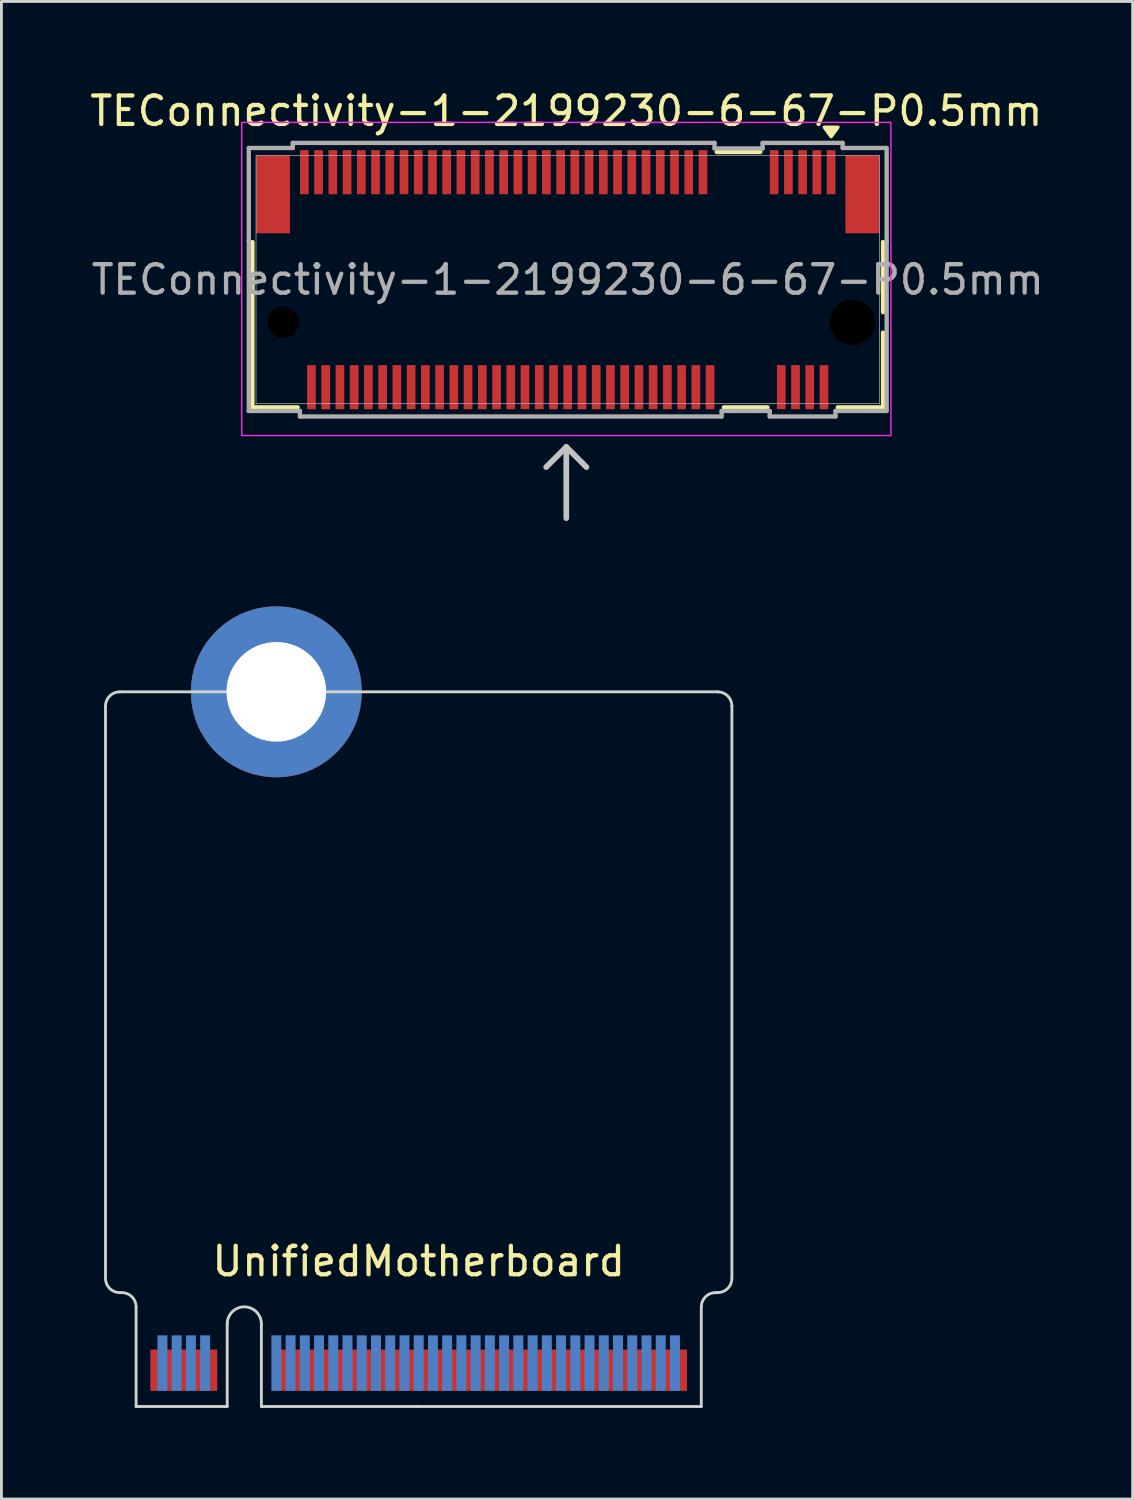
<source format=kicad_pcb>
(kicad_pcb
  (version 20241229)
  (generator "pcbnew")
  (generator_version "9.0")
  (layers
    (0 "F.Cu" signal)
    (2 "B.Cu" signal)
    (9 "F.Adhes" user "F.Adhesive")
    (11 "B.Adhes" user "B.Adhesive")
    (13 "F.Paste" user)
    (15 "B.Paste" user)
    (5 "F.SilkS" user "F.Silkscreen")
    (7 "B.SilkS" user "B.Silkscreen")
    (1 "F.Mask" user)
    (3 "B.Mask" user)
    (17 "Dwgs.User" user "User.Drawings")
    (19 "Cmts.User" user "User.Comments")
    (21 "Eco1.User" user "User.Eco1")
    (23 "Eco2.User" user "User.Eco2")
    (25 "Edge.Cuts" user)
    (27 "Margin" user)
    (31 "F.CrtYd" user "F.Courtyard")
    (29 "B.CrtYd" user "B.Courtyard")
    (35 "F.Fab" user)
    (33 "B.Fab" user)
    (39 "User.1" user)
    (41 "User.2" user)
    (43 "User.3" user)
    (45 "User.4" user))
  (footprint "UnifiedMotherboard"
    (layer "F.Cu")
    (at 11.655 46.348)
    (property "Reference" "UnifiedMotherboard" (at 0 -5.1 0) (layer "F.SilkS") (effects (font (size 1 1) (thickness 0.15))))
    (attr through_hole)
    (fp_poly (pts (xy -9.925 0) (xy -6.725 0) (xy -6.725 -2) (xy -9.925 -2)) (stroke (width 0.1) (type solid)) (fill yes) (layer "F.Mask"))
    (fp_poly (pts (xy -5.525 0) (xy 9.925 0) (xy 9.925 -2) (xy -5.525 -2)) (stroke (width 0.1) (type solid)) (fill yes) (layer "F.Mask"))
    (fp_poly (pts (xy -9.925 0) (xy -6.725 0) (xy -6.725 -2.5) (xy -9.925 -2.5)) (stroke (width 0.1) (type solid)) (fill yes) (layer "B.Mask"))
    (fp_poly (pts (xy -5.525 0) (xy 9.925 0) (xy 9.925 -2.5) (xy -5.525 -2.5)) (stroke (width 0.1) (type solid)) (fill yes) (layer "B.Mask"))
    (fp_line (start -11 -4.5) (end -11 -24.6) (stroke (width 0.1) (type default)) (layer "Edge.Cuts"))
    (fp_line (start -10.5 -25.1) (end 10.5 -25.1) (stroke (width 0.1) (type default)) (layer "Edge.Cuts"))
    (fp_line (start -10.5 -4) (end -10.425 -4) (stroke (width 0.1) (type solid)) (layer "Edge.Cuts"))
    (fp_line (start -9.925 -3.5) (end -9.925 0) (stroke (width 0.1) (type solid)) (layer "Edge.Cuts"))
    (fp_line (start -9.925 0) (end -6.725 0) (stroke (width 0.1) (type solid)) (layer "Edge.Cuts"))
    (fp_line (start -6.725 0) (end -6.725 -2.9) (stroke (width 0.1) (type solid)) (layer "Edge.Cuts"))
    (fp_line (start -5.525 -2.9) (end -5.525 0) (stroke (width 0.1) (type solid)) (layer "Edge.Cuts"))
    (fp_line (start -5.525 0) (end 0 0) (stroke (width 0.1) (type solid)) (layer "Edge.Cuts"))
    (fp_line (start 0 0) (end 9.925 0) (stroke (width 0.1) (type solid)) (layer "Edge.Cuts"))
    (fp_line (start 9.925 0) (end 9.925 -3.5) (stroke (width 0.1) (type solid)) (layer "Edge.Cuts"))
    (fp_line (start 10.425 -4) (end 10.5 -4) (stroke (width 0.1) (type solid)) (layer "Edge.Cuts"))
    (fp_line (start 11 -4.5) (end 11 -24.6) (stroke (width 0.1) (type default)) (layer "Edge.Cuts"))
    (fp_arc (start -11 -24.6) (mid -10.853553 -24.953553) (end -10.5 -25.1) (stroke (width 0.1) (type default)) (layer "Edge.Cuts"))
    (fp_arc (start -10.5 -4) (mid -10.853553 -4.146447) (end -11 -4.5) (stroke (width 0.1) (type default)) (layer "Edge.Cuts"))
    (fp_arc (start -10.425 -4) (mid -10.071447 -3.853553) (end -9.925 -3.5) (stroke (width 0.1) (type solid)) (layer "Edge.Cuts"))
    (fp_arc (start -6.725 -2.9) (mid -6.125 -3.5) (end -5.525 -2.9) (stroke (width 0.1) (type solid)) (layer "Edge.Cuts"))
    (fp_arc (start 9.925 -3.5) (mid 10.071447 -3.853553) (end 10.425 -4) (stroke (width 0.1) (type solid)) (layer "Edge.Cuts"))
    (fp_arc (start 10.5 -25.1) (mid 10.853553 -24.953553) (end 11 -24.6) (stroke (width 0.1) (type default)) (layer "Edge.Cuts"))
    (fp_arc (start 11 -4.5) (mid 10.853553 -4.146447) (end 10.5 -4) (stroke (width 0.1) (type default)) (layer "Edge.Cuts"))
    (pad "1" smd rect (at -9.25 -1.275) (size 0.35 1.45) (layers "F.Cu"))
    (pad "2" smd rect (at -9 -1.525) (size 0.35 1.95) (layers "B.Cu"))
    (pad "3" smd rect (at -8.75 -1.275) (size 0.35 1.45) (layers "F.Cu"))
    (pad "4" smd rect (at -8.5 -1.525) (size 0.35 1.95) (layers "B.Cu"))
    (pad "5" smd rect (at -8.25 -1.275) (size 0.35 1.45) (layers "F.Cu"))
    (pad "6" smd rect (at -8 -1.525) (size 0.35 1.95) (layers "B.Cu"))
    (pad "7" smd rect (at -7.75 -1.275) (size 0.35 1.45) (layers "F.Cu"))
    (pad "8" smd rect (at -7.5 -1.525) (size 0.35 1.95) (layers "B.Cu"))
    (pad "9" smd rect (at -7.25 -1.275) (size 0.35 1.45) (layers "F.Cu"))
    (pad "10" smd rect (at -5 -1.525) (size 0.35 1.95) (layers "B.Cu"))
    (pad "11" smd rect (at -4.75 -1.275) (size 0.35 1.45) (layers "F.Cu"))
    (pad "12" smd rect (at -4.5 -1.525) (size 0.35 1.95) (layers "B.Cu"))
    (pad "13" smd rect (at -4.25 -1.275) (size 0.35 1.45) (layers "F.Cu"))
    (pad "14" smd rect (at -4 -1.525) (size 0.35 1.95) (layers "B.Cu"))
    (pad "15" smd rect (at -3.75 -1.275) (size 0.35 1.45) (layers "F.Cu"))
    (pad "16" smd rect (at -3.5 -1.525) (size 0.35 1.95) (layers "B.Cu"))
    (pad "17" smd rect (at -3.25 -1.275) (size 0.35 1.45) (layers "F.Cu"))
    (pad "18" smd rect (at -3 -1.525) (size 0.35 1.95) (layers "B.Cu"))
    (pad "19" smd rect (at -2.75 -1.275) (size 0.35 1.45) (layers "F.Cu"))
    (pad "20" smd rect (at -2.5 -1.525) (size 0.35 1.95) (layers "B.Cu"))
    (pad "21" smd rect (at -2.25 -1.275) (size 0.35 1.45) (layers "F.Cu"))
    (pad "22" smd rect (at -2 -1.525) (size 0.35 1.95) (layers "B.Cu"))
    (pad "23" smd rect (at -1.75 -1.275) (size 0.35 1.45) (layers "F.Cu"))
    (pad "24" smd rect (at -1.5 -1.525) (size 0.35 1.95) (layers "B.Cu"))
    (pad "25" smd rect (at -1.25 -1.275) (size 0.35 1.45) (layers "F.Cu"))
    (pad "26" smd rect (at -1 -1.525) (size 0.35 1.95) (layers "B.Cu"))
    (pad "27" smd rect (at -0.75 -1.275) (size 0.35 1.45) (layers "F.Cu"))
    (pad "28" smd rect (at -0.5 -1.525) (size 0.35 1.95) (layers "B.Cu"))
    (pad "29" smd rect (at -0.25 -1.275) (size 0.35 1.45) (layers "F.Cu"))
    (pad "30" smd rect (at 0 -1.525) (size 0.35 1.95) (layers "B.Cu"))
    (pad "31" smd rect (at 0.25 -1.275) (size 0.35 1.45) (layers "F.Cu"))
    (pad "32" smd rect (at 0.5 -1.525) (size 0.35 1.95) (layers "B.Cu"))
    (pad "33" smd rect (at 0.75 -1.275) (size 0.35 1.45) (layers "F.Cu"))
    (pad "34" smd rect (at 1 -1.525) (size 0.35 1.95) (layers "B.Cu"))
    (pad "35" smd rect (at 1.25 -1.275) (size 0.35 1.45) (layers "F.Cu"))
    (pad "36" smd rect (at 1.5 -1.525) (size 0.35 1.95) (layers "B.Cu"))
    (pad "37" smd rect (at 1.75 -1.275) (size 0.35 1.45) (layers "F.Cu"))
    (pad "38" smd rect (at 2 -1.525) (size 0.35 1.95) (layers "B.Cu"))
    (pad "39" smd rect (at 2.25 -1.275) (size 0.35 1.45) (layers "F.Cu"))
    (pad "40" smd rect (at 2.5 -1.525) (size 0.35 1.95) (layers "B.Cu"))
    (pad "41" smd rect (at 2.75 -1.275) (size 0.35 1.45) (layers "F.Cu"))
    (pad "42" smd rect (at 3 -1.525) (size 0.35 1.95) (layers "B.Cu"))
    (pad "43" smd rect (at 3.25 -1.275) (size 0.35 1.45) (layers "F.Cu"))
    (pad "44" smd rect (at 3.5 -1.525) (size 0.35 1.95) (layers "B.Cu"))
    (pad "45" smd rect (at 3.75 -1.275) (size 0.35 1.45) (layers "F.Cu"))
    (pad "46" smd rect (at 4 -1.525) (size 0.35 1.95) (layers "B.Cu"))
    (pad "47" smd rect (at 4.25 -1.275) (size 0.35 1.45) (layers "F.Cu"))
    (pad "48" smd rect (at 4.5 -1.525) (size 0.35 1.95) (layers "B.Cu"))
    (pad "49" smd rect (at 4.75 -1.275) (size 0.35 1.45) (layers "F.Cu"))
    (pad "50" smd rect (at 5 -1.525) (size 0.35 1.95) (layers "B.Cu"))
    (pad "51" smd rect (at 5.25 -1.275) (size 0.35 1.45) (layers "F.Cu"))
    (pad "52" smd rect (at 5.5 -1.525) (size 0.35 1.95) (layers "B.Cu"))
    (pad "53" smd rect (at 5.75 -1.275) (size 0.35 1.45) (layers "F.Cu"))
    (pad "54" smd rect (at 6 -1.525) (size 0.35 1.95) (layers "B.Cu"))
    (pad "55" smd rect (at 6.25 -1.275) (size 0.35 1.45) (layers "F.Cu"))
    (pad "56" smd rect (at 6.5 -1.525) (size 0.35 1.95) (layers "B.Cu"))
    (pad "57" smd rect (at 6.75 -1.275) (size 0.35 1.45) (layers "F.Cu"))
    (pad "58" smd rect (at 7 -1.525) (size 0.35 1.95) (layers "B.Cu"))
    (pad "59" smd rect (at 7.25 -1.275) (size 0.35 1.45) (layers "F.Cu"))
    (pad "60" smd rect (at 7.5 -1.525) (size 0.35 1.95) (layers "B.Cu"))
    (pad "61" smd rect (at 7.75 -1.275) (size 0.35 1.45) (layers "F.Cu"))
    (pad "62" smd rect (at 8 -1.525) (size 0.35 1.95) (layers "B.Cu"))
    (pad "63" smd rect (at 8.25 -1.275) (size 0.35 1.45) (layers "F.Cu"))
    (pad "64" smd rect (at 8.5 -1.525) (size 0.35 1.95) (layers "B.Cu"))
    (pad "65" smd rect (at 8.75 -1.275) (size 0.35 1.45) (layers "F.Cu"))
    (pad "66" smd rect (at 9 -1.525) (size 0.35 1.95) (layers "B.Cu"))
    (pad "67" smd rect (at 9.25 -1.275) (size 0.35 1.45) (layers "F.Cu"))
    (pad "MP" thru_hole circle (at -5 -25.1) (size 6 6) (drill 3.5) (layers "*.Cu" "*.Mask"))
    (zone (net_name "") (layers "F.Cu" "B.Cu") (hatch edge 0.5) (connect_pads) (min_thickness 0.25) (filled_areas_thickness no) (keepout (tracks allowed) (vias allowed) (pads allowed) (copperpour not_allowed) (footprints allowed)) (placement (enabled no)) (fill) (polygon (pts (xy 21.58 43.798) (xy 1.73 43.798) (xy 1.73 46.348) (xy 21.58 46.348))))
    (zone (net_name "") (layers "F.Cu" "B.Cu") (hatch edge 0.5) (connect_pads) (min_thickness 0.25) (filled_areas_thickness no) (keepout (tracks allowed) (vias allowed) (pads allowed) (copperpour allowed) (footprints not_allowed)) (placement (enabled no)) (fill) (polygon (pts (xy 23.33 42.148) (xy 0 42.148) (xy 0 46.348) (xy 23.33 46.348)))))
  (footprint "TEConnectivity-1-2199230-6-67-P0.5mm"
    (layer "F.Cu")
    (at 16.839 6.748)
    (property "Reference" "TEConnectivity-1-2199230-6-67-P0.5mm" (at 0 -5.9 0) (unlocked yes) (layer "F.SilkS") (effects (font (size 1 1) (thickness 0.15))))
    (attr smd)
    (fp_line (start -11.024 -1.296) (end -11.024 4.508) (stroke (width 0.152) (type solid)) (layer "F.SilkS"))
    (fp_line (start -11.024 4.508) (end -9.435 4.508) (stroke (width 0.152) (type solid)) (layer "F.SilkS"))
    (fp_line (start 5.535 4.508) (end 7.065 4.508) (stroke (width 0.152) (type solid)) (layer "F.SilkS"))
    (fp_line (start 6.815 -4.458) (end 5.285 -4.458) (stroke (width 0.152) (type solid)) (layer "F.SilkS"))
    (fp_line (start 9.535 4.508) (end 11.124 4.508) (stroke (width 0.152) (type solid)) (layer "F.SilkS"))
    (fp_line (start 11.124 1.166) (end 11.124 -1.296) (stroke (width 0.152) (type solid)) (layer "F.SilkS"))
    (fp_line (start 11.124 4.508) (end 11.124 1.884) (stroke (width 0.152) (type solid)) (layer "F.SilkS"))
    (fp_poly (pts (xy 9.3 -5) (xy 9.06 -5.33) (xy 9.54 -5.33) (xy 9.3 -5)) (stroke (width 0.12) (type solid)) (fill yes) (layer "F.SilkS"))
    (fp_line (start 0 5.9) (end -0.707 6.607) (stroke (width 0.2) (type default)) (layer "Dwgs.User"))
    (fp_line (start 0 5.9) (end 0 8.4) (stroke (width 0.2) (type default)) (layer "Dwgs.User"))
    (fp_line (start 0 5.9) (end 0.707 6.607) (stroke (width 0.2) (type default)) (layer "Dwgs.User"))
    (fp_rect (start -11.4 -5.5) (end 11.4 5.5) (stroke (width 0.05) (type default)) (fill no) (layer "F.CrtYd"))
    (fp_line (start -11.151 -1.349) (end -11.151 4.635) (stroke (width 0.152) (type solid)) (layer "F.Fab"))
    (fp_line (start -11.151 4.635) (end -9.356 4.635) (stroke (width 0.152) (type solid)) (layer "F.Fab"))
    (fp_line (start -11.151 -4.601) (end -11.151 -1.349) (stroke (width 0.152) (type solid)) (layer "F.Fab"))
    (fp_line (start -11.151 -1.349) (end -11.151 -1.349) (stroke (width 0.152) (type solid)) (layer "F.Fab"))
    (fp_line (start -10.897 -4.331) (end -10.897 4.381) (stroke (width 0.025) (type solid)) (layer "F.Fab"))
    (fp_line (start -10.897 4.381) (end 10.997 4.381) (stroke (width 0.025) (type solid)) (layer "F.Fab"))
    (fp_line (start -9.606 -4.779) (end -9.606 -4.601) (stroke (width 0.152) (type solid)) (layer "F.Fab"))
    (fp_line (start -9.606 -4.601) (end -11.151 -4.601) (stroke (width 0.152) (type solid)) (layer "F.Fab"))
    (fp_line (start -9.356 4.635) (end -9.356 4.829) (stroke (width 0.152) (type solid)) (layer "F.Fab"))
    (fp_line (start -9.356 4.829) (end 5.456 4.829) (stroke (width 0.152) (type solid)) (layer "F.Fab"))
    (fp_line (start 5.206 -4.779) (end -9.606 -4.779) (stroke (width 0.152) (type solid)) (layer "F.Fab"))
    (fp_line (start 5.206 -4.585) (end 5.206 -4.779) (stroke (width 0.152) (type solid)) (layer "F.Fab"))
    (fp_line (start 5.456 4.635) (end 7.144 4.635) (stroke (width 0.152) (type solid)) (layer "F.Fab"))
    (fp_line (start 5.456 4.829) (end 5.456 4.635) (stroke (width 0.152) (type solid)) (layer "F.Fab"))
    (fp_line (start 6.894 -4.779) (end 6.894 -4.585) (stroke (width 0.152) (type solid)) (layer "F.Fab"))
    (fp_line (start 6.894 -4.585) (end 5.206 -4.585) (stroke (width 0.152) (type solid)) (layer "F.Fab"))
    (fp_line (start 7.144 4.635) (end 7.144 4.829) (stroke (width 0.152) (type solid)) (layer "F.Fab"))
    (fp_line (start 7.144 4.829) (end 9.456 4.829) (stroke (width 0.152) (type solid)) (layer "F.Fab"))
    (fp_line (start 9.456 4.635) (end 11.251 4.635) (stroke (width 0.152) (type solid)) (layer "F.Fab"))
    (fp_line (start 9.456 4.829) (end 9.456 4.635) (stroke (width 0.152) (type solid)) (layer "F.Fab"))
    (fp_line (start 9.706 -4.779) (end 6.894 -4.779) (stroke (width 0.152) (type solid)) (layer "F.Fab"))
    (fp_line (start 9.706 -4.601) (end 9.706 -4.779) (stroke (width 0.152) (type solid)) (layer "F.Fab"))
    (fp_line (start 10.997 -4.331) (end -10.897 -4.331) (stroke (width 0.025) (type solid)) (layer "F.Fab"))
    (fp_line (start 10.997 4.381) (end 10.997 -4.331) (stroke (width 0.025) (type solid)) (layer "F.Fab"))
    (fp_line (start 11.251 -4.601) (end 9.706 -4.601) (stroke (width 0.152) (type solid)) (layer "F.Fab"))
    (fp_line (start 11.251 -1.349) (end 11.251 -4.601) (stroke (width 0.152) (type solid)) (layer "F.Fab"))
    (fp_line (start 11.251 -1.349) (end 11.251 -1.349) (stroke (width 0.152) (type solid)) (layer "F.Fab"))
    (fp_line (start 11.251 4.635) (end 11.251 -1.349) (stroke (width 0.152) (type solid)) (layer "F.Fab"))
    (fp_text user "${REFERENCE}" (at 0.05 0.025 0) (unlocked yes) (layer "F.Fab") (effects (font (size 1 1) (thickness 0.15))))
    (pad "" np_thru_hole circle (at -9.95 1.525) (size 1.092 1.092) (drill 1.092) (layers))
    (pad "" np_thru_hole circle (at 10.05 1.525) (size 1.6 1.6) (drill 1.6) (layers))
    (pad "1" smd rect (at 9.3 -3.75) (size 0.305 1.549) (layers "F.Cu" "F.Mask" "F.Paste"))
    (pad "2" smd rect (at 9.05 3.8) (size 0.305 1.549) (layers "F.Cu" "F.Mask" "F.Paste"))
    (pad "3" smd rect (at 8.8 -3.75) (size 0.305 1.549) (layers "F.Cu" "F.Mask" "F.Paste"))
    (pad "4" smd rect (at 8.55 3.8) (size 0.305 1.549) (layers "F.Cu" "F.Mask" "F.Paste"))
    (pad "5" smd rect (at 8.3 -3.75) (size 0.305 1.549) (layers "F.Cu" "F.Mask" "F.Paste"))
    (pad "6" smd rect (at 8.05 3.8) (size 0.305 1.549) (layers "F.Cu" "F.Mask" "F.Paste"))
    (pad "7" smd rect (at 7.8 -3.75) (size 0.305 1.549) (layers "F.Cu" "F.Mask" "F.Paste"))
    (pad "8" smd rect (at 7.55 3.8) (size 0.305 1.549) (layers "F.Cu" "F.Mask" "F.Paste"))
    (pad "9" smd rect (at 7.3 -3.75) (size 0.305 1.549) (layers "F.Cu" "F.Mask" "F.Paste"))
    (pad "10" smd rect (at 5.05 3.8) (size 0.305 1.549) (layers "F.Cu" "F.Mask" "F.Paste"))
    (pad "11" smd rect (at 4.8 -3.75) (size 0.305 1.549) (layers "F.Cu" "F.Mask" "F.Paste"))
    (pad "12" smd rect (at 4.55 3.8) (size 0.305 1.549) (layers "F.Cu" "F.Mask" "F.Paste"))
    (pad "13" smd rect (at 4.3 -3.75) (size 0.305 1.549) (layers "F.Cu" "F.Mask" "F.Paste"))
    (pad "14" smd rect (at 4.05 3.8) (size 0.305 1.549) (layers "F.Cu" "F.Mask" "F.Paste"))
    (pad "15" smd rect (at 3.8 -3.75) (size 0.305 1.549) (layers "F.Cu" "F.Mask" "F.Paste"))
    (pad "16" smd rect (at 3.55 3.8) (size 0.305 1.549) (layers "F.Cu" "F.Mask" "F.Paste"))
    (pad "17" smd rect (at 3.3 -3.75) (size 0.305 1.549) (layers "F.Cu" "F.Mask" "F.Paste"))
    (pad "18" smd rect (at 3.05 3.8) (size 0.305 1.549) (layers "F.Cu" "F.Mask" "F.Paste"))
    (pad "19" smd rect (at 2.8 -3.75) (size 0.305 1.549) (layers "F.Cu" "F.Mask" "F.Paste"))
    (pad "20" smd rect (at 2.55 3.8) (size 0.305 1.549) (layers "F.Cu" "F.Mask" "F.Paste"))
    (pad "21" smd rect (at 2.3 -3.75) (size 0.305 1.549) (layers "F.Cu" "F.Mask" "F.Paste"))
    (pad "22" smd rect (at 2.05 3.8) (size 0.305 1.549) (layers "F.Cu" "F.Mask" "F.Paste"))
    (pad "23" smd rect (at 1.8 -3.75) (size 0.305 1.549) (layers "F.Cu" "F.Mask" "F.Paste"))
    (pad "24" smd rect (at 1.55 3.8) (size 0.305 1.549) (layers "F.Cu" "F.Mask" "F.Paste"))
    (pad "25" smd rect (at 1.3 -3.75) (size 0.305 1.549) (layers "F.Cu" "F.Mask" "F.Paste"))
    (pad "26" smd rect (at 1.05 3.8) (size 0.305 1.549) (layers "F.Cu" "F.Mask" "F.Paste"))
    (pad "27" smd rect (at 0.8 -3.75) (size 0.305 1.549) (layers "F.Cu" "F.Mask" "F.Paste"))
    (pad "28" smd rect (at 0.55 3.8) (size 0.305 1.549) (layers "F.Cu" "F.Mask" "F.Paste"))
    (pad "29" smd rect (at 0.3 -3.75) (size 0.305 1.549) (layers "F.Cu" "F.Mask" "F.Paste"))
    (pad "30" smd rect (at 0.05 3.8) (size 0.305 1.549) (layers "F.Cu" "F.Mask" "F.Paste"))
    (pad "31" smd rect (at -0.2 -3.75) (size 0.305 1.549) (layers "F.Cu" "F.Mask" "F.Paste"))
    (pad "32" smd rect (at -0.45 3.8) (size 0.305 1.549) (layers "F.Cu" "F.Mask" "F.Paste"))
    (pad "33" smd rect (at -0.7 -3.75) (size 0.305 1.549) (layers "F.Cu" "F.Mask" "F.Paste"))
    (pad "34" smd rect (at -0.95 3.8) (size 0.305 1.549) (layers "F.Cu" "F.Mask" "F.Paste"))
    (pad "35" smd rect (at -1.2 -3.75) (size 0.305 1.549) (layers "F.Cu" "F.Mask" "F.Paste"))
    (pad "36" smd rect (at -1.45 3.8) (size 0.305 1.549) (layers "F.Cu" "F.Mask" "F.Paste"))
    (pad "37" smd rect (at -1.7 -3.75) (size 0.305 1.549) (layers "F.Cu" "F.Mask" "F.Paste"))
    (pad "38" smd rect (at -1.95 3.8) (size 0.305 1.549) (layers "F.Cu" "F.Mask" "F.Paste"))
    (pad "39" smd rect (at -2.2 -3.75) (size 0.305 1.549) (layers "F.Cu" "F.Mask" "F.Paste"))
    (pad "40" smd rect (at -2.45 3.8) (size 0.305 1.549) (layers "F.Cu" "F.Mask" "F.Paste"))
    (pad "41" smd rect (at -2.7 -3.75) (size 0.305 1.549) (layers "F.Cu" "F.Mask" "F.Paste"))
    (pad "42" smd rect (at -2.95 3.8) (size 0.305 1.549) (layers "F.Cu" "F.Mask" "F.Paste"))
    (pad "43" smd rect (at -3.2 -3.75) (size 0.305 1.549) (layers "F.Cu" "F.Mask" "F.Paste"))
    (pad "44" smd rect (at -3.45 3.8) (size 0.305 1.549) (layers "F.Cu" "F.Mask" "F.Paste"))
    (pad "45" smd rect (at -3.7 -3.75) (size 0.305 1.549) (layers "F.Cu" "F.Mask" "F.Paste"))
    (pad "46" smd rect (at -3.95 3.8) (size 0.305 1.549) (layers "F.Cu" "F.Mask" "F.Paste"))
    (pad "47" smd rect (at -4.2 -3.75) (size 0.305 1.549) (layers "F.Cu" "F.Mask" "F.Paste"))
    (pad "48" smd rect (at -4.45 3.8) (size 0.305 1.549) (layers "F.Cu" "F.Mask" "F.Paste"))
    (pad "49" smd rect (at -4.7 -3.75) (size 0.305 1.549) (layers "F.Cu" "F.Mask" "F.Paste"))
    (pad "50" smd rect (at -4.95 3.8) (size 0.305 1.549) (layers "F.Cu" "F.Mask" "F.Paste"))
    (pad "51" smd rect (at -5.2 -3.75) (size 0.305 1.549) (layers "F.Cu" "F.Mask" "F.Paste"))
    (pad "52" smd rect (at -5.45 3.8) (size 0.305 1.549) (layers "F.Cu" "F.Mask" "F.Paste"))
    (pad "53" smd rect (at -5.7 -3.75) (size 0.305 1.549) (layers "F.Cu" "F.Mask" "F.Paste"))
    (pad "54" smd rect (at -5.95 3.8) (size 0.305 1.549) (layers "F.Cu" "F.Mask" "F.Paste"))
    (pad "55" smd rect (at -6.2 -3.75) (size 0.305 1.549) (layers "F.Cu" "F.Mask" "F.Paste"))
    (pad "56" smd rect (at -6.45 3.8) (size 0.305 1.549) (layers "F.Cu" "F.Mask" "F.Paste"))
    (pad "57" smd rect (at -6.7 -3.75) (size 0.305 1.549) (layers "F.Cu" "F.Mask" "F.Paste"))
    (pad "58" smd rect (at -6.95 3.8) (size 0.305 1.549) (layers "F.Cu" "F.Mask" "F.Paste"))
    (pad "59" smd rect (at -7.2 -3.75) (size 0.305 1.549) (layers "F.Cu" "F.Mask" "F.Paste"))
    (pad "60" smd rect (at -7.45 3.8) (size 0.305 1.549) (layers "F.Cu" "F.Mask" "F.Paste"))
    (pad "61" smd rect (at -7.7 -3.75) (size 0.305 1.549) (layers "F.Cu" "F.Mask" "F.Paste"))
    (pad "62" smd rect (at -7.95 3.8) (size 0.305 1.549) (layers "F.Cu" "F.Mask" "F.Paste"))
    (pad "63" smd rect (at -8.2 -3.75) (size 0.305 1.549) (layers "F.Cu" "F.Mask" "F.Paste"))
    (pad "64" smd rect (at -8.45 3.8) (size 0.305 1.549) (layers "F.Cu" "F.Mask" "F.Paste"))
    (pad "65" smd rect (at -8.7 -3.75) (size 0.305 1.549) (layers "F.Cu" "F.Mask" "F.Paste"))
    (pad "66" smd rect (at -8.95 3.8) (size 0.305 1.549) (layers "F.Cu" "F.Mask" "F.Paste"))
    (pad "67" smd rect (at -9.2 -3.75) (size 0.305 1.549) (layers "F.Cu" "F.Mask" "F.Paste"))
    (pad "MP" smd rect (at -10.3 -2.975) (size 1.194 2.743) (layers "F.Cu" "F.Mask" "F.Paste"))
    (pad "MP" smd rect (at 10.4 -2.975) (size 1.194 2.743) (layers "F.Cu" "F.Mask" "F.Paste")))
  (gr_rect
    (start -3 -3)
    (end 36.729 49.598)
    (stroke (width 0.1) (type default))
    (fill no)
    (layer "Edge.Cuts")))
</source>
